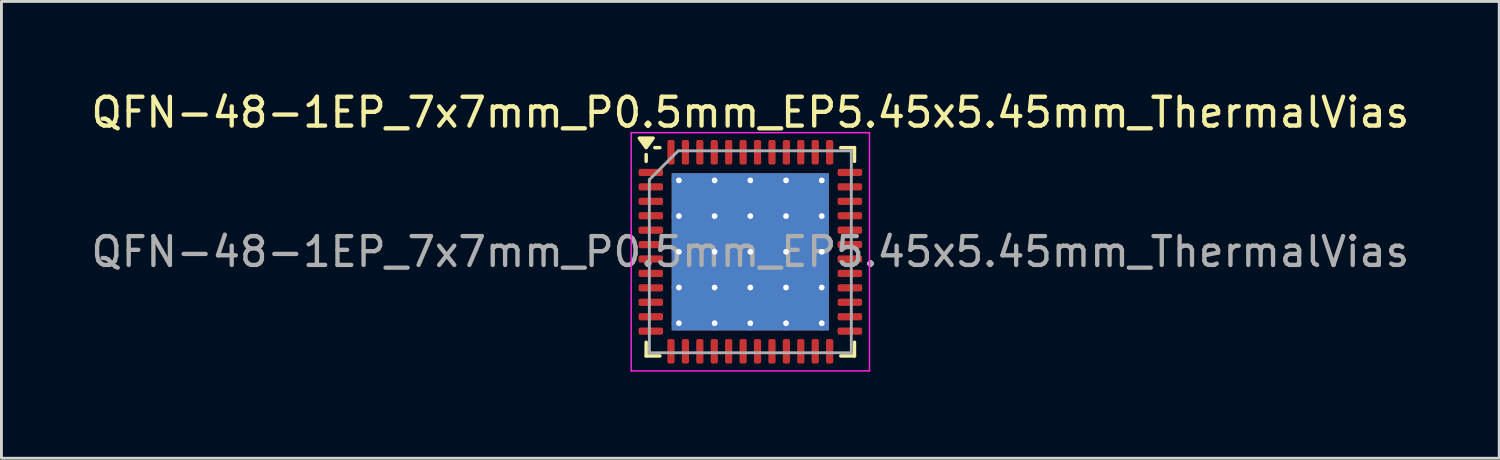
<source format=kicad_pcb>
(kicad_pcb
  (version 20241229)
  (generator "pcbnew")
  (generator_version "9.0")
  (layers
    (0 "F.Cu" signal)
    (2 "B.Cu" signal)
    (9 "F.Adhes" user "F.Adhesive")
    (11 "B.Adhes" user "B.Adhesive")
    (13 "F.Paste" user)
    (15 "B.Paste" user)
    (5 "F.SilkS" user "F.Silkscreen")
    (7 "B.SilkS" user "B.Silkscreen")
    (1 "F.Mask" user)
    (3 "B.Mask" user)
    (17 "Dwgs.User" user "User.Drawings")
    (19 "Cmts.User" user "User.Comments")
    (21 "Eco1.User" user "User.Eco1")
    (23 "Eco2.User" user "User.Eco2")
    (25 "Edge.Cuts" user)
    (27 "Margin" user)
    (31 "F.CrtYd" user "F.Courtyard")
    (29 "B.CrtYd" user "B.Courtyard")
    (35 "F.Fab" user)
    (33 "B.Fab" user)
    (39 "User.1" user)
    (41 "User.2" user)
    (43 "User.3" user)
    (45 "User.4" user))
  (footprint "QFN-48-1EP_7x7mm_P0.5mm_EP5.45x5.45mm_ThermalVias"
    (layer "F.Cu")
    (at 22.958 5.678)
    (property "Reference" "QFN-48-1EP_7x7mm_P0.5mm_EP5.45x5.45mm_ThermalVias" (at 0 -4.83 0) (layer "F.SilkS") (effects (font (size 1 1) (thickness 0.15))))
    (attr smd)
    (fp_line (start -3.61 -3.135) (end -3.61 -3.37) (stroke (width 0.12) (type solid)) (layer "F.SilkS"))
    (fp_line (start -3.61 3.61) (end -3.61 3.135) (stroke (width 0.12) (type solid)) (layer "F.SilkS"))
    (fp_line (start -3.135 -3.61) (end -3.31 -3.61) (stroke (width 0.12) (type solid)) (layer "F.SilkS"))
    (fp_line (start -3.135 3.61) (end -3.61 3.61) (stroke (width 0.12) (type solid)) (layer "F.SilkS"))
    (fp_line (start 3.135 -3.61) (end 3.61 -3.61) (stroke (width 0.12) (type solid)) (layer "F.SilkS"))
    (fp_line (start 3.135 3.61) (end 3.61 3.61) (stroke (width 0.12) (type solid)) (layer "F.SilkS"))
    (fp_line (start 3.61 -3.61) (end 3.61 -3.135) (stroke (width 0.12) (type solid)) (layer "F.SilkS"))
    (fp_line (start 3.61 3.61) (end 3.61 3.135) (stroke (width 0.12) (type solid)) (layer "F.SilkS"))
    (fp_poly (pts (xy -3.61 -3.61) (xy -3.85 -3.94) (xy -3.37 -3.94) (xy -3.61 -3.61)) (stroke (width 0.12) (type solid)) (fill yes) (layer "F.SilkS"))
    (fp_line (start -4.13 -4.13) (end -4.13 4.13) (stroke (width 0.05) (type solid)) (layer "F.CrtYd"))
    (fp_line (start -4.13 4.13) (end 4.13 4.13) (stroke (width 0.05) (type solid)) (layer "F.CrtYd"))
    (fp_line (start 4.13 -4.13) (end -4.13 -4.13) (stroke (width 0.05) (type solid)) (layer "F.CrtYd"))
    (fp_line (start 4.13 4.13) (end 4.13 -4.13) (stroke (width 0.05) (type solid)) (layer "F.CrtYd"))
    (fp_line (start -3.5 -2.5) (end -2.5 -3.5) (stroke (width 0.1) (type solid)) (layer "F.Fab"))
    (fp_line (start -3.5 3.5) (end -3.5 -2.5) (stroke (width 0.1) (type solid)) (layer "F.Fab"))
    (fp_line (start -2.5 -3.5) (end 3.5 -3.5) (stroke (width 0.1) (type solid)) (layer "F.Fab"))
    (fp_line (start 3.5 -3.5) (end 3.5 3.5) (stroke (width 0.1) (type solid)) (layer "F.Fab"))
    (fp_line (start 3.5 3.5) (end -3.5 3.5) (stroke (width 0.1) (type solid)) (layer "F.Fab"))
    (fp_text user "${REFERENCE}" (at 0 0 0) (layer "F.Fab") (effects (font (size 1 1) (thickness 0.15))))
    (pad "" smd roundrect (at -1.856 -1.856) (size 1.098 1.098) (layers "F.Paste") (roundrect_rratio 0.228))
    (pad "" smd roundrect (at -1.856 -0.619) (size 1.098 1.098) (layers "F.Paste") (roundrect_rratio 0.228))
    (pad "" smd roundrect (at -1.856 0.619) (size 1.098 1.098) (layers "F.Paste") (roundrect_rratio 0.228))
    (pad "" smd roundrect (at -1.856 1.856) (size 1.098 1.098) (layers "F.Paste") (roundrect_rratio 0.228))
    (pad "" smd roundrect (at -0.619 -1.856) (size 1.098 1.098) (layers "F.Paste") (roundrect_rratio 0.228))
    (pad "" smd roundrect (at -0.619 -0.619) (size 1.098 1.098) (layers "F.Paste") (roundrect_rratio 0.228))
    (pad "" smd roundrect (at -0.619 0.619) (size 1.098 1.098) (layers "F.Paste") (roundrect_rratio 0.228))
    (pad "" smd roundrect (at -0.619 1.856) (size 1.098 1.098) (layers "F.Paste") (roundrect_rratio 0.228))
    (pad "" smd roundrect (at 0.619 -1.856) (size 1.098 1.098) (layers "F.Paste") (roundrect_rratio 0.228))
    (pad "" smd roundrect (at 0.619 -0.619) (size 1.098 1.098) (layers "F.Paste") (roundrect_rratio 0.228))
    (pad "" smd roundrect (at 0.619 0.619) (size 1.098 1.098) (layers "F.Paste") (roundrect_rratio 0.228))
    (pad "" smd roundrect (at 0.619 1.856) (size 1.098 1.098) (layers "F.Paste") (roundrect_rratio 0.228))
    (pad "" smd roundrect (at 1.856 -1.856) (size 1.098 1.098) (layers "F.Paste") (roundrect_rratio 0.228))
    (pad "" smd roundrect (at 1.856 -0.619) (size 1.098 1.098) (layers "F.Paste") (roundrect_rratio 0.228))
    (pad "" smd roundrect (at 1.856 0.619) (size 1.098 1.098) (layers "F.Paste") (roundrect_rratio 0.228))
    (pad "" smd roundrect (at 1.856 1.856) (size 1.098 1.098) (layers "F.Paste") (roundrect_rratio 0.228))
    (pad "1" smd roundrect (at -3.45 -2.75) (size 0.85 0.25) (layers "F.Cu" "F.Mask" "F.Paste") (roundrect_rratio 0.25))
    (pad "2" smd roundrect (at -3.45 -2.25) (size 0.85 0.25) (layers "F.Cu" "F.Mask" "F.Paste") (roundrect_rratio 0.25))
    (pad "3" smd roundrect (at -3.45 -1.75) (size 0.85 0.25) (layers "F.Cu" "F.Mask" "F.Paste") (roundrect_rratio 0.25))
    (pad "4" smd roundrect (at -3.45 -1.25) (size 0.85 0.25) (layers "F.Cu" "F.Mask" "F.Paste") (roundrect_rratio 0.25))
    (pad "5" smd roundrect (at -3.45 -0.75) (size 0.85 0.25) (layers "F.Cu" "F.Mask" "F.Paste") (roundrect_rratio 0.25))
    (pad "6" smd roundrect (at -3.45 -0.25) (size 0.85 0.25) (layers "F.Cu" "F.Mask" "F.Paste") (roundrect_rratio 0.25))
    (pad "7" smd roundrect (at -3.45 0.25) (size 0.85 0.25) (layers "F.Cu" "F.Mask" "F.Paste") (roundrect_rratio 0.25))
    (pad "8" smd roundrect (at -3.45 0.75) (size 0.85 0.25) (layers "F.Cu" "F.Mask" "F.Paste") (roundrect_rratio 0.25))
    (pad "9" smd roundrect (at -3.45 1.25) (size 0.85 0.25) (layers "F.Cu" "F.Mask" "F.Paste") (roundrect_rratio 0.25))
    (pad "10" smd roundrect (at -3.45 1.75) (size 0.85 0.25) (layers "F.Cu" "F.Mask" "F.Paste") (roundrect_rratio 0.25))
    (pad "11" smd roundrect (at -3.45 2.25) (size 0.85 0.25) (layers "F.Cu" "F.Mask" "F.Paste") (roundrect_rratio 0.25))
    (pad "12" smd roundrect (at -3.45 2.75) (size 0.85 0.25) (layers "F.Cu" "F.Mask" "F.Paste") (roundrect_rratio 0.25))
    (pad "13" smd roundrect (at -2.75 3.45) (size 0.25 0.85) (layers "F.Cu" "F.Mask" "F.Paste") (roundrect_rratio 0.25))
    (pad "14" smd roundrect (at -2.25 3.45) (size 0.25 0.85) (layers "F.Cu" "F.Mask" "F.Paste") (roundrect_rratio 0.25))
    (pad "15" smd roundrect (at -1.75 3.45) (size 0.25 0.85) (layers "F.Cu" "F.Mask" "F.Paste") (roundrect_rratio 0.25))
    (pad "16" smd roundrect (at -1.25 3.45) (size 0.25 0.85) (layers "F.Cu" "F.Mask" "F.Paste") (roundrect_rratio 0.25))
    (pad "17" smd roundrect (at -0.75 3.45) (size 0.25 0.85) (layers "F.Cu" "F.Mask" "F.Paste") (roundrect_rratio 0.25))
    (pad "18" smd roundrect (at -0.25 3.45) (size 0.25 0.85) (layers "F.Cu" "F.Mask" "F.Paste") (roundrect_rratio 0.25))
    (pad "19" smd roundrect (at 0.25 3.45) (size 0.25 0.85) (layers "F.Cu" "F.Mask" "F.Paste") (roundrect_rratio 0.25))
    (pad "20" smd roundrect (at 0.75 3.45) (size 0.25 0.85) (layers "F.Cu" "F.Mask" "F.Paste") (roundrect_rratio 0.25))
    (pad "21" smd roundrect (at 1.25 3.45) (size 0.25 0.85) (layers "F.Cu" "F.Mask" "F.Paste") (roundrect_rratio 0.25))
    (pad "22" smd roundrect (at 1.75 3.45) (size 0.25 0.85) (layers "F.Cu" "F.Mask" "F.Paste") (roundrect_rratio 0.25))
    (pad "23" smd roundrect (at 2.25 3.45) (size 0.25 0.85) (layers "F.Cu" "F.Mask" "F.Paste") (roundrect_rratio 0.25))
    (pad "24" smd roundrect (at 2.75 3.45) (size 0.25 0.85) (layers "F.Cu" "F.Mask" "F.Paste") (roundrect_rratio 0.25))
    (pad "25" smd roundrect (at 3.45 2.75) (size 0.85 0.25) (layers "F.Cu" "F.Mask" "F.Paste") (roundrect_rratio 0.25))
    (pad "26" smd roundrect (at 3.45 2.25) (size 0.85 0.25) (layers "F.Cu" "F.Mask" "F.Paste") (roundrect_rratio 0.25))
    (pad "27" smd roundrect (at 3.45 1.75) (size 0.85 0.25) (layers "F.Cu" "F.Mask" "F.Paste") (roundrect_rratio 0.25))
    (pad "28" smd roundrect (at 3.45 1.25) (size 0.85 0.25) (layers "F.Cu" "F.Mask" "F.Paste") (roundrect_rratio 0.25))
    (pad "29" smd roundrect (at 3.45 0.75) (size 0.85 0.25) (layers "F.Cu" "F.Mask" "F.Paste") (roundrect_rratio 0.25))
    (pad "30" smd roundrect (at 3.45 0.25) (size 0.85 0.25) (layers "F.Cu" "F.Mask" "F.Paste") (roundrect_rratio 0.25))
    (pad "31" smd roundrect (at 3.45 -0.25) (size 0.85 0.25) (layers "F.Cu" "F.Mask" "F.Paste") (roundrect_rratio 0.25))
    (pad "32" smd roundrect (at 3.45 -0.75) (size 0.85 0.25) (layers "F.Cu" "F.Mask" "F.Paste") (roundrect_rratio 0.25))
    (pad "33" smd roundrect (at 3.45 -1.25) (size 0.85 0.25) (layers "F.Cu" "F.Mask" "F.Paste") (roundrect_rratio 0.25))
    (pad "34" smd roundrect (at 3.45 -1.75) (size 0.85 0.25) (layers "F.Cu" "F.Mask" "F.Paste") (roundrect_rratio 0.25))
    (pad "35" smd roundrect (at 3.45 -2.25) (size 0.85 0.25) (layers "F.Cu" "F.Mask" "F.Paste") (roundrect_rratio 0.25))
    (pad "36" smd roundrect (at 3.45 -2.75) (size 0.85 0.25) (layers "F.Cu" "F.Mask" "F.Paste") (roundrect_rratio 0.25))
    (pad "37" smd roundrect (at 2.75 -3.45) (size 0.25 0.85) (layers "F.Cu" "F.Mask" "F.Paste") (roundrect_rratio 0.25))
    (pad "38" smd roundrect (at 2.25 -3.45) (size 0.25 0.85) (layers "F.Cu" "F.Mask" "F.Paste") (roundrect_rratio 0.25))
    (pad "39" smd roundrect (at 1.75 -3.45) (size 0.25 0.85) (layers "F.Cu" "F.Mask" "F.Paste") (roundrect_rratio 0.25))
    (pad "40" smd roundrect (at 1.25 -3.45) (size 0.25 0.85) (layers "F.Cu" "F.Mask" "F.Paste") (roundrect_rratio 0.25))
    (pad "41" smd roundrect (at 0.75 -3.45) (size 0.25 0.85) (layers "F.Cu" "F.Mask" "F.Paste") (roundrect_rratio 0.25))
    (pad "42" smd roundrect (at 0.25 -3.45) (size 0.25 0.85) (layers "F.Cu" "F.Mask" "F.Paste") (roundrect_rratio 0.25))
    (pad "43" smd roundrect (at -0.25 -3.45) (size 0.25 0.85) (layers "F.Cu" "F.Mask" "F.Paste") (roundrect_rratio 0.25))
    (pad "44" smd roundrect (at -0.75 -3.45) (size 0.25 0.85) (layers "F.Cu" "F.Mask" "F.Paste") (roundrect_rratio 0.25))
    (pad "45" smd roundrect (at -1.25 -3.45) (size 0.25 0.85) (layers "F.Cu" "F.Mask" "F.Paste") (roundrect_rratio 0.25))
    (pad "46" smd roundrect (at -1.75 -3.45) (size 0.25 0.85) (layers "F.Cu" "F.Mask" "F.Paste") (roundrect_rratio 0.25))
    (pad "47" smd roundrect (at -2.25 -3.45) (size 0.25 0.85) (layers "F.Cu" "F.Mask" "F.Paste") (roundrect_rratio 0.25))
    (pad "48" smd roundrect (at -2.75 -3.45) (size 0.25 0.85) (layers "F.Cu" "F.Mask" "F.Paste") (roundrect_rratio 0.25))
    (pad "49" thru_hole circle (at -2.475 -2.475) (size 0.5 0.5) (drill 0.2) (property pad_prop_heatsink) (layers "*.Cu"))
    (pad "49" thru_hole circle (at -2.475 -1.238) (size 0.5 0.5) (drill 0.2) (property pad_prop_heatsink) (layers "*.Cu"))
    (pad "49" thru_hole circle (at -2.475 0) (size 0.5 0.5) (drill 0.2) (property pad_prop_heatsink) (layers "*.Cu"))
    (pad "49" thru_hole circle (at -2.475 1.238) (size 0.5 0.5) (drill 0.2) (property pad_prop_heatsink) (layers "*.Cu"))
    (pad "49" thru_hole circle (at -2.475 2.475) (size 0.5 0.5) (drill 0.2) (property pad_prop_heatsink) (layers "*.Cu"))
    (pad "49" thru_hole circle (at -1.238 -2.475) (size 0.5 0.5) (drill 0.2) (property pad_prop_heatsink) (layers "*.Cu"))
    (pad "49" thru_hole circle (at -1.238 -1.238) (size 0.5 0.5) (drill 0.2) (property pad_prop_heatsink) (layers "*.Cu"))
    (pad "49" thru_hole circle (at -1.238 0) (size 0.5 0.5) (drill 0.2) (property pad_prop_heatsink) (layers "*.Cu"))
    (pad "49" thru_hole circle (at -1.238 1.238) (size 0.5 0.5) (drill 0.2) (property pad_prop_heatsink) (layers "*.Cu"))
    (pad "49" thru_hole circle (at -1.238 2.475) (size 0.5 0.5) (drill 0.2) (property pad_prop_heatsink) (layers "*.Cu"))
    (pad "49" thru_hole circle (at 0 -2.475) (size 0.5 0.5) (drill 0.2) (property pad_prop_heatsink) (layers "*.Cu"))
    (pad "49" thru_hole circle (at 0 -1.238) (size 0.5 0.5) (drill 0.2) (property pad_prop_heatsink) (layers "*.Cu"))
    (pad "49" thru_hole circle (at 0 0) (size 0.5 0.5) (drill 0.2) (property pad_prop_heatsink) (layers "*.Cu"))
    (pad "49" smd rect (at 0 0) (size 5.45 5.45) (property pad_prop_heatsink) (layers "F.Cu" "F.Mask"))
    (pad "49" smd rect (at 0 0) (size 5.45 5.45) (property pad_prop_heatsink) (layers "B.Cu"))
    (pad "49" thru_hole circle (at 0 1.238) (size 0.5 0.5) (drill 0.2) (property pad_prop_heatsink) (layers "*.Cu"))
    (pad "49" thru_hole circle (at 0 2.475) (size 0.5 0.5) (drill 0.2) (property pad_prop_heatsink) (layers "*.Cu"))
    (pad "49" thru_hole circle (at 1.238 -2.475) (size 0.5 0.5) (drill 0.2) (property pad_prop_heatsink) (layers "*.Cu"))
    (pad "49" thru_hole circle (at 1.238 -1.238) (size 0.5 0.5) (drill 0.2) (property pad_prop_heatsink) (layers "*.Cu"))
    (pad "49" thru_hole circle (at 1.238 0) (size 0.5 0.5) (drill 0.2) (property pad_prop_heatsink) (layers "*.Cu"))
    (pad "49" thru_hole circle (at 1.238 1.238) (size 0.5 0.5) (drill 0.2) (property pad_prop_heatsink) (layers "*.Cu"))
    (pad "49" thru_hole circle (at 1.238 2.475) (size 0.5 0.5) (drill 0.2) (property pad_prop_heatsink) (layers "*.Cu"))
    (pad "49" thru_hole circle (at 2.475 -2.475) (size 0.5 0.5) (drill 0.2) (property pad_prop_heatsink) (layers "*.Cu"))
    (pad "49" thru_hole circle (at 2.475 -1.238) (size 0.5 0.5) (drill 0.2) (property pad_prop_heatsink) (layers "*.Cu"))
    (pad "49" thru_hole circle (at 2.475 0) (size 0.5 0.5) (drill 0.2) (property pad_prop_heatsink) (layers "*.Cu"))
    (pad "49" thru_hole circle (at 2.475 1.238) (size 0.5 0.5) (drill 0.2) (property pad_prop_heatsink) (layers "*.Cu"))
    (pad "49" thru_hole circle (at 2.475 2.475) (size 0.5 0.5) (drill 0.2) (property pad_prop_heatsink) (layers "*.Cu")))
  (gr_rect
    (start -3 -3)
    (end 48.917 12.833)
    (stroke (width 0.1) (type default))
    (fill no)
    (layer "Edge.Cuts")))
</source>
